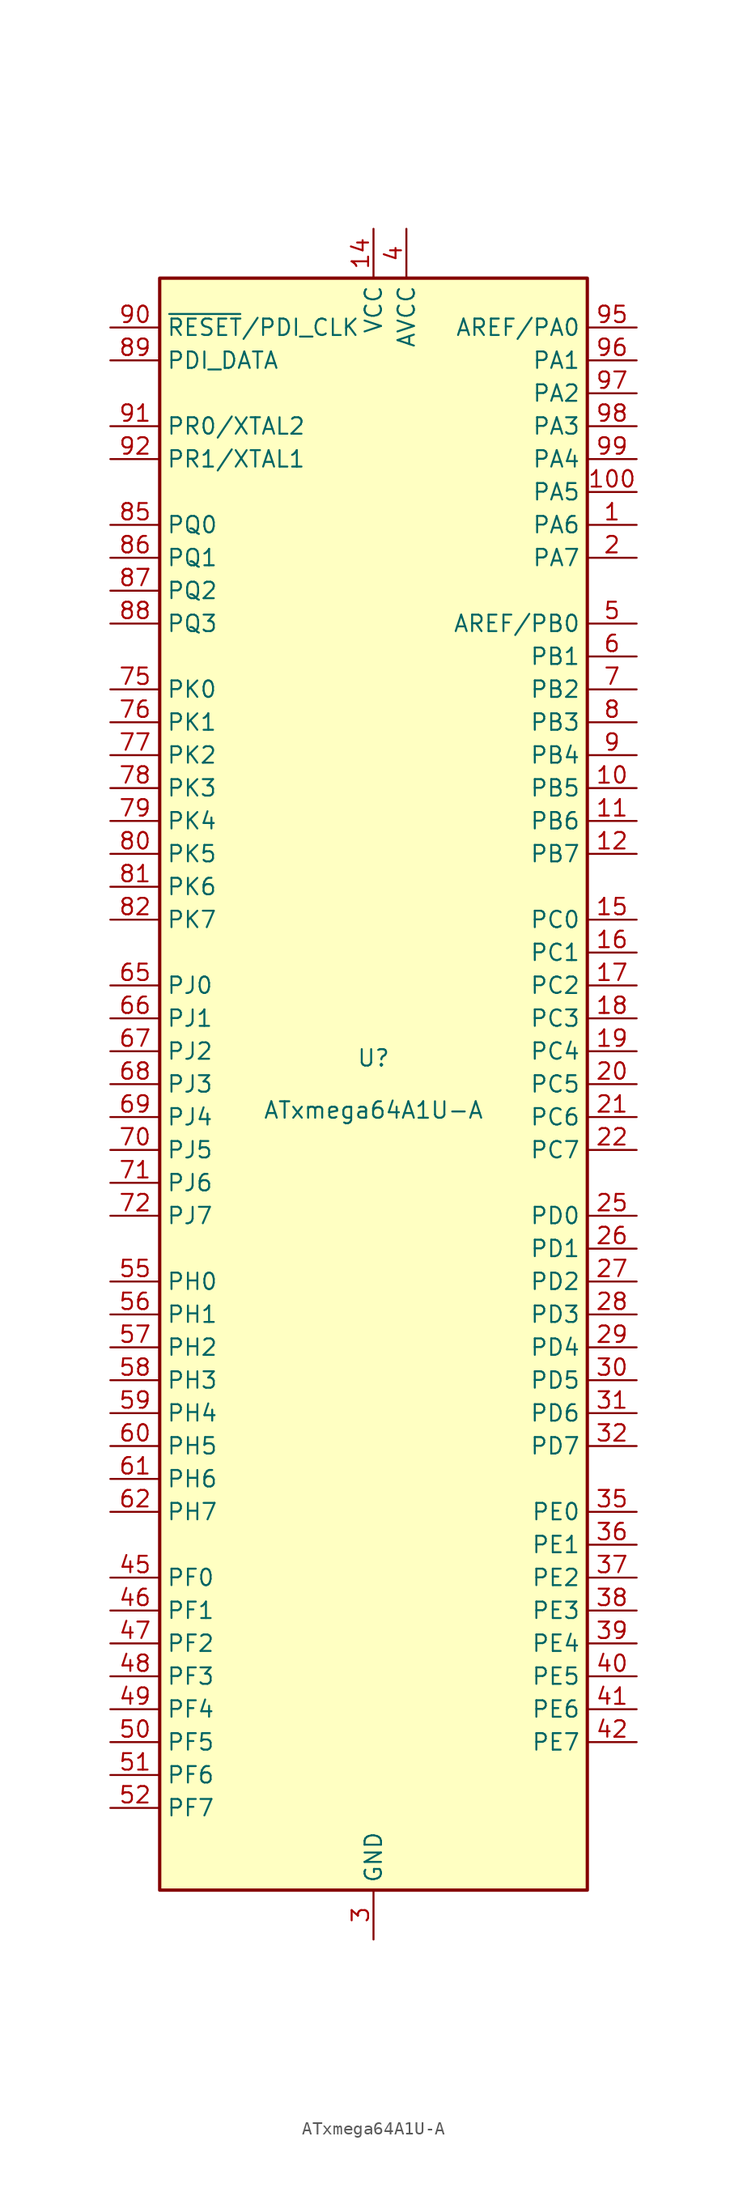
<source format=kicad_sym>
(kicad_symbol_lib
  (version 20211014)
  (generator kicad_symbol_editor)
  (symbol "ATxmega64A1U-A"
    (property "Reference" "U"
      (at 0 1.27 0)
      (effects (font (size 1.27 1.27)) (justify bottom)))
    (property "Value" "ATxmega64A1U-A"
      (at 0 -1.27 0)
      (effects (font (size 1.27 1.27)) (justify top)))
    (symbol "ATxmega64A1U-A_0_1"
      (rectangle (start -16.51 -62.23) (end 16.51 62.23) (stroke (width 0.254) (type default) (color 0 0 0 0)) (fill (type background))))
    (symbol "ATxmega64A1U-A_1_1"
      (pin bidirectional line (at 20.32 43.18 180) (length 3.81) (name "PA6" (effects (font (size 1.27 1.27)))) (number "1" (effects (font (size 1.27 1.27)))))
      (pin bidirectional line (at 20.32 22.86 180) (length 3.81) (name "PB5" (effects (font (size 1.27 1.27)))) (number "10" (effects (font (size 1.27 1.27)))))
      (pin bidirectional line (at 20.32 45.72 180) (length 3.81) (name "PA5" (effects (font (size 1.27 1.27)))) (number "100" (effects (font (size 1.27 1.27)))))
      (pin bidirectional line (at 20.32 20.32 180) (length 3.81) (name "PB6" (effects (font (size 1.27 1.27)))) (number "11" (effects (font (size 1.27 1.27)))))
      (pin bidirectional line (at 20.32 17.78 180) (length 3.81) (name "PB7" (effects (font (size 1.27 1.27)))) (number "12" (effects (font (size 1.27 1.27)))))
      (pin passive line (at 0 -66.04 90) (length 3.81) hide (name "GND" (effects (font (size 1.27 1.27)))) (number "13" (effects (font (size 1.27 1.27)))))
      (pin power_in line (at 0 66.04 270) (length 3.81) (name "VCC" (effects (font (size 1.27 1.27)))) (number "14" (effects (font (size 1.27 1.27)))))
      (pin bidirectional line (at 20.32 12.7 180) (length 3.81) (name "PC0" (effects (font (size 1.27 1.27)))) (number "15" (effects (font (size 1.27 1.27)))))
      (pin bidirectional line (at 20.32 10.16 180) (length 3.81) (name "PC1" (effects (font (size 1.27 1.27)))) (number "16" (effects (font (size 1.27 1.27)))))
      (pin bidirectional line (at 20.32 7.62 180) (length 3.81) (name "PC2" (effects (font (size 1.27 1.27)))) (number "17" (effects (font (size 1.27 1.27)))))
      (pin bidirectional line (at 20.32 5.08 180) (length 3.81) (name "PC3" (effects (font (size 1.27 1.27)))) (number "18" (effects (font (size 1.27 1.27)))))
      (pin bidirectional line (at 20.32 2.54 180) (length 3.81) (name "PC4" (effects (font (size 1.27 1.27)))) (number "19" (effects (font (size 1.27 1.27)))))
      (pin bidirectional line (at 20.32 40.64 180) (length 3.81) (name "PA7" (effects (font (size 1.27 1.27)))) (number "2" (effects (font (size 1.27 1.27)))))
      (pin bidirectional line (at 20.32 0 180) (length 3.81) (name "PC5" (effects (font (size 1.27 1.27)))) (number "20" (effects (font (size 1.27 1.27)))))
      (pin bidirectional line (at 20.32 -2.54 180) (length 3.81) (name "PC6" (effects (font (size 1.27 1.27)))) (number "21" (effects (font (size 1.27 1.27)))))
      (pin bidirectional line (at 20.32 -5.08 180) (length 3.81) (name "PC7" (effects (font (size 1.27 1.27)))) (number "22" (effects (font (size 1.27 1.27)))))
      (pin passive line (at 0 -66.04 90) (length 3.81) hide (name "GND" (effects (font (size 1.27 1.27)))) (number "23" (effects (font (size 1.27 1.27)))))
      (pin passive line (at 0 66.04 270) (length 3.81) hide (name "VCC" (effects (font (size 1.27 1.27)))) (number "24" (effects (font (size 1.27 1.27)))))
      (pin bidirectional line (at 20.32 -10.16 180) (length 3.81) (name "PD0" (effects (font (size 1.27 1.27)))) (number "25" (effects (font (size 1.27 1.27)))))
      (pin bidirectional line (at 20.32 -12.7 180) (length 3.81) (name "PD1" (effects (font (size 1.27 1.27)))) (number "26" (effects (font (size 1.27 1.27)))))
      (pin bidirectional line (at 20.32 -15.24 180) (length 3.81) (name "PD2" (effects (font (size 1.27 1.27)))) (number "27" (effects (font (size 1.27 1.27)))))
      (pin bidirectional line (at 20.32 -17.78 180) (length 3.81) (name "PD3" (effects (font (size 1.27 1.27)))) (number "28" (effects (font (size 1.27 1.27)))))
      (pin bidirectional line (at 20.32 -20.32 180) (length 3.81) (name "PD4" (effects (font (size 1.27 1.27)))) (number "29" (effects (font (size 1.27 1.27)))))
      (pin power_in line (at 0 -66.04 90) (length 3.81) (name "GND" (effects (font (size 1.27 1.27)))) (number "3" (effects (font (size 1.27 1.27)))))
      (pin bidirectional line (at 20.32 -22.86 180) (length 3.81) (name "PD5" (effects (font (size 1.27 1.27)))) (number "30" (effects (font (size 1.27 1.27)))))
      (pin bidirectional line (at 20.32 -25.4 180) (length 3.81) (name "PD6" (effects (font (size 1.27 1.27)))) (number "31" (effects (font (size 1.27 1.27)))))
      (pin bidirectional line (at 20.32 -27.94 180) (length 3.81) (name "PD7" (effects (font (size 1.27 1.27)))) (number "32" (effects (font (size 1.27 1.27)))))
      (pin passive line (at 0 -66.04 90) (length 3.81) hide (name "GND" (effects (font (size 1.27 1.27)))) (number "33" (effects (font (size 1.27 1.27)))))
      (pin passive line (at 0 66.04 270) (length 3.81) hide (name "VCC" (effects (font (size 1.27 1.27)))) (number "34" (effects (font (size 1.27 1.27)))))
      (pin bidirectional line (at 20.32 -33.02 180) (length 3.81) (name "PE0" (effects (font (size 1.27 1.27)))) (number "35" (effects (font (size 1.27 1.27)))))
      (pin bidirectional line (at 20.32 -35.56 180) (length 3.81) (name "PE1" (effects (font (size 1.27 1.27)))) (number "36" (effects (font (size 1.27 1.27)))))
      (pin bidirectional line (at 20.32 -38.1 180) (length 3.81) (name "PE2" (effects (font (size 1.27 1.27)))) (number "37" (effects (font (size 1.27 1.27)))))
      (pin bidirectional line (at 20.32 -40.64 180) (length 3.81) (name "PE3" (effects (font (size 1.27 1.27)))) (number "38" (effects (font (size 1.27 1.27)))))
      (pin bidirectional line (at 20.32 -43.18 180) (length 3.81) (name "PE4" (effects (font (size 1.27 1.27)))) (number "39" (effects (font (size 1.27 1.27)))))
      (pin power_in line (at 2.54 66.04 270) (length 3.81) (name "AVCC" (effects (font (size 1.27 1.27)))) (number "4" (effects (font (size 1.27 1.27)))))
      (pin bidirectional line (at 20.32 -45.72 180) (length 3.81) (name "PE5" (effects (font (size 1.27 1.27)))) (number "40" (effects (font (size 1.27 1.27)))))
      (pin bidirectional line (at 20.32 -48.26 180) (length 3.81) (name "PE6" (effects (font (size 1.27 1.27)))) (number "41" (effects (font (size 1.27 1.27)))))
      (pin bidirectional line (at 20.32 -50.8 180) (length 3.81) (name "PE7" (effects (font (size 1.27 1.27)))) (number "42" (effects (font (size 1.27 1.27)))))
      (pin passive line (at 0 -66.04 90) (length 3.81) hide (name "GND" (effects (font (size 1.27 1.27)))) (number "43" (effects (font (size 1.27 1.27)))))
      (pin passive line (at 0 66.04 270) (length 3.81) hide (name "VCC" (effects (font (size 1.27 1.27)))) (number "44" (effects (font (size 1.27 1.27)))))
      (pin bidirectional line (at -20.32 -38.1 0) (length 3.81) (name "PF0" (effects (font (size 1.27 1.27)))) (number "45" (effects (font (size 1.27 1.27)))))
      (pin bidirectional line (at -20.32 -40.64 0) (length 3.81) (name "PF1" (effects (font (size 1.27 1.27)))) (number "46" (effects (font (size 1.27 1.27)))))
      (pin bidirectional line (at -20.32 -43.18 0) (length 3.81) (name "PF2" (effects (font (size 1.27 1.27)))) (number "47" (effects (font (size 1.27 1.27)))))
      (pin bidirectional line (at -20.32 -45.72 0) (length 3.81) (name "PF3" (effects (font (size 1.27 1.27)))) (number "48" (effects (font (size 1.27 1.27)))))
      (pin bidirectional line (at -20.32 -48.26 0) (length 3.81) (name "PF4" (effects (font (size 1.27 1.27)))) (number "49" (effects (font (size 1.27 1.27)))))
      (pin bidirectional line (at 20.32 35.56 180) (length 3.81) (name "AREF/PB0" (effects (font (size 1.27 1.27)))) (number "5" (effects (font (size 1.27 1.27)))))
      (pin bidirectional line (at -20.32 -50.8 0) (length 3.81) (name "PF5" (effects (font (size 1.27 1.27)))) (number "50" (effects (font (size 1.27 1.27)))))
      (pin bidirectional line (at -20.32 -53.34 0) (length 3.81) (name "PF6" (effects (font (size 1.27 1.27)))) (number "51" (effects (font (size 1.27 1.27)))))
      (pin bidirectional line (at -20.32 -55.88 0) (length 3.81) (name "PF7" (effects (font (size 1.27 1.27)))) (number "52" (effects (font (size 1.27 1.27)))))
      (pin passive line (at 0 -66.04 90) (length 3.81) hide (name "GND" (effects (font (size 1.27 1.27)))) (number "53" (effects (font (size 1.27 1.27)))))
      (pin passive line (at 0 66.04 270) (length 3.81) hide (name "VCC" (effects (font (size 1.27 1.27)))) (number "54" (effects (font (size 1.27 1.27)))))
      (pin bidirectional line (at -20.32 -15.24 0) (length 3.81) (name "PH0" (effects (font (size 1.27 1.27)))) (number "55" (effects (font (size 1.27 1.27)))))
      (pin bidirectional line (at -20.32 -17.78 0) (length 3.81) (name "PH1" (effects (font (size 1.27 1.27)))) (number "56" (effects (font (size 1.27 1.27)))))
      (pin bidirectional line (at -20.32 -20.32 0) (length 3.81) (name "PH2" (effects (font (size 1.27 1.27)))) (number "57" (effects (font (size 1.27 1.27)))))
      (pin bidirectional line (at -20.32 -22.86 0) (length 3.81) (name "PH3" (effects (font (size 1.27 1.27)))) (number "58" (effects (font (size 1.27 1.27)))))
      (pin bidirectional line (at -20.32 -25.4 0) (length 3.81) (name "PH4" (effects (font (size 1.27 1.27)))) (number "59" (effects (font (size 1.27 1.27)))))
      (pin bidirectional line (at 20.32 33.02 180) (length 3.81) (name "PB1" (effects (font (size 1.27 1.27)))) (number "6" (effects (font (size 1.27 1.27)))))
      (pin bidirectional line (at -20.32 -27.94 0) (length 3.81) (name "PH5" (effects (font (size 1.27 1.27)))) (number "60" (effects (font (size 1.27 1.27)))))
      (pin bidirectional line (at -20.32 -30.48 0) (length 3.81) (name "PH6" (effects (font (size 1.27 1.27)))) (number "61" (effects (font (size 1.27 1.27)))))
      (pin bidirectional line (at -20.32 -33.02 0) (length 3.81) (name "PH7" (effects (font (size 1.27 1.27)))) (number "62" (effects (font (size 1.27 1.27)))))
      (pin passive line (at 0 -66.04 90) (length 3.81) hide (name "GND" (effects (font (size 1.27 1.27)))) (number "63" (effects (font (size 1.27 1.27)))))
      (pin passive line (at 0 66.04 270) (length 3.81) hide (name "VCC" (effects (font (size 1.27 1.27)))) (number "64" (effects (font (size 1.27 1.27)))))
      (pin bidirectional line (at -20.32 7.62 0) (length 3.81) (name "PJ0" (effects (font (size 1.27 1.27)))) (number "65" (effects (font (size 1.27 1.27)))))
      (pin bidirectional line (at -20.32 5.08 0) (length 3.81) (name "PJ1" (effects (font (size 1.27 1.27)))) (number "66" (effects (font (size 1.27 1.27)))))
      (pin bidirectional line (at -20.32 2.54 0) (length 3.81) (name "PJ2" (effects (font (size 1.27 1.27)))) (number "67" (effects (font (size 1.27 1.27)))))
      (pin bidirectional line (at -20.32 0 0) (length 3.81) (name "PJ3" (effects (font (size 1.27 1.27)))) (number "68" (effects (font (size 1.27 1.27)))))
      (pin bidirectional line (at -20.32 -2.54 0) (length 3.81) (name "PJ4" (effects (font (size 1.27 1.27)))) (number "69" (effects (font (size 1.27 1.27)))))
      (pin bidirectional line (at 20.32 30.48 180) (length 3.81) (name "PB2" (effects (font (size 1.27 1.27)))) (number "7" (effects (font (size 1.27 1.27)))))
      (pin bidirectional line (at -20.32 -5.08 0) (length 3.81) (name "PJ5" (effects (font (size 1.27 1.27)))) (number "70" (effects (font (size 1.27 1.27)))))
      (pin bidirectional line (at -20.32 -7.62 0) (length 3.81) (name "PJ6" (effects (font (size 1.27 1.27)))) (number "71" (effects (font (size 1.27 1.27)))))
      (pin bidirectional line (at -20.32 -10.16 0) (length 3.81) (name "PJ7" (effects (font (size 1.27 1.27)))) (number "72" (effects (font (size 1.27 1.27)))))
      (pin passive line (at 0 -66.04 90) (length 3.81) hide (name "GND" (effects (font (size 1.27 1.27)))) (number "73" (effects (font (size 1.27 1.27)))))
      (pin passive line (at 0 66.04 270) (length 3.81) hide (name "VCC" (effects (font (size 1.27 1.27)))) (number "74" (effects (font (size 1.27 1.27)))))
      (pin bidirectional line (at -20.32 30.48 0) (length 3.81) (name "PK0" (effects (font (size 1.27 1.27)))) (number "75" (effects (font (size 1.27 1.27)))))
      (pin bidirectional line (at -20.32 27.94 0) (length 3.81) (name "PK1" (effects (font (size 1.27 1.27)))) (number "76" (effects (font (size 1.27 1.27)))))
      (pin bidirectional line (at -20.32 25.4 0) (length 3.81) (name "PK2" (effects (font (size 1.27 1.27)))) (number "77" (effects (font (size 1.27 1.27)))))
      (pin bidirectional line (at -20.32 22.86 0) (length 3.81) (name "PK3" (effects (font (size 1.27 1.27)))) (number "78" (effects (font (size 1.27 1.27)))))
      (pin bidirectional line (at -20.32 20.32 0) (length 3.81) (name "PK4" (effects (font (size 1.27 1.27)))) (number "79" (effects (font (size 1.27 1.27)))))
      (pin bidirectional line (at 20.32 27.94 180) (length 3.81) (name "PB3" (effects (font (size 1.27 1.27)))) (number "8" (effects (font (size 1.27 1.27)))))
      (pin bidirectional line (at -20.32 17.78 0) (length 3.81) (name "PK5" (effects (font (size 1.27 1.27)))) (number "80" (effects (font (size 1.27 1.27)))))
      (pin bidirectional line (at -20.32 15.24 0) (length 3.81) (name "PK6" (effects (font (size 1.27 1.27)))) (number "81" (effects (font (size 1.27 1.27)))))
      (pin bidirectional line (at -20.32 12.7 0) (length 3.81) (name "PK7" (effects (font (size 1.27 1.27)))) (number "82" (effects (font (size 1.27 1.27)))))
      (pin passive line (at 0 66.04 270) (length 3.81) hide (name "VCC" (effects (font (size 1.27 1.27)))) (number "83" (effects (font (size 1.27 1.27)))))
      (pin passive line (at 0 -66.04 90) (length 3.81) hide (name "GND" (effects (font (size 1.27 1.27)))) (number "84" (effects (font (size 1.27 1.27)))))
      (pin bidirectional line (at -20.32 43.18 0) (length 3.81) (name "PQ0" (effects (font (size 1.27 1.27)))) (number "85" (effects (font (size 1.27 1.27)))))
      (pin bidirectional line (at -20.32 40.64 0) (length 3.81) (name "PQ1" (effects (font (size 1.27 1.27)))) (number "86" (effects (font (size 1.27 1.27)))))
      (pin bidirectional line (at -20.32 38.1 0) (length 3.81) (name "PQ2" (effects (font (size 1.27 1.27)))) (number "87" (effects (font (size 1.27 1.27)))))
      (pin bidirectional line (at -20.32 35.56 0) (length 3.81) (name "PQ3" (effects (font (size 1.27 1.27)))) (number "88" (effects (font (size 1.27 1.27)))))
      (pin bidirectional line (at -20.32 55.88 0) (length 3.81) (name "PDI_DATA" (effects (font (size 1.27 1.27)))) (number "89" (effects (font (size 1.27 1.27)))))
      (pin bidirectional line (at 20.32 25.4 180) (length 3.81) (name "PB4" (effects (font (size 1.27 1.27)))) (number "9" (effects (font (size 1.27 1.27)))))
      (pin input line (at -20.32 58.42 0) (length 3.81) (name "~{RESET}/PDI_CLK" (effects (font (size 1.27 1.27)))) (number "90" (effects (font (size 1.27 1.27)))))
      (pin bidirectional line (at -20.32 50.8 0) (length 3.81) (name "PR0/XTAL2" (effects (font (size 1.27 1.27)))) (number "91" (effects (font (size 1.27 1.27)))))
      (pin bidirectional line (at -20.32 48.26 0) (length 3.81) (name "PR1/XTAL1" (effects (font (size 1.27 1.27)))) (number "92" (effects (font (size 1.27 1.27)))))
      (pin passive line (at 0 -66.04 90) (length 3.81) hide (name "GND" (effects (font (size 1.27 1.27)))) (number "93" (effects (font (size 1.27 1.27)))))
      (pin passive line (at 2.54 66.04 270) (length 3.81) hide (name "AVCC" (effects (font (size 1.27 1.27)))) (number "94" (effects (font (size 1.27 1.27)))))
      (pin bidirectional line (at 20.32 58.42 180) (length 3.81) (name "AREF/PA0" (effects (font (size 1.27 1.27)))) (number "95" (effects (font (size 1.27 1.27)))))
      (pin bidirectional line (at 20.32 55.88 180) (length 3.81) (name "PA1" (effects (font (size 1.27 1.27)))) (number "96" (effects (font (size 1.27 1.27)))))
      (pin bidirectional line (at 20.32 53.34 180) (length 3.81) (name "PA2" (effects (font (size 1.27 1.27)))) (number "97" (effects (font (size 1.27 1.27)))))
      (pin bidirectional line (at 20.32 50.8 180) (length 3.81) (name "PA3" (effects (font (size 1.27 1.27)))) (number "98" (effects (font (size 1.27 1.27)))))
      (pin bidirectional line (at 20.32 48.26 180) (length 3.81) (name "PA4" (effects (font (size 1.27 1.27)))) (number "99" (effects (font (size 1.27 1.27))))))))
</source>
